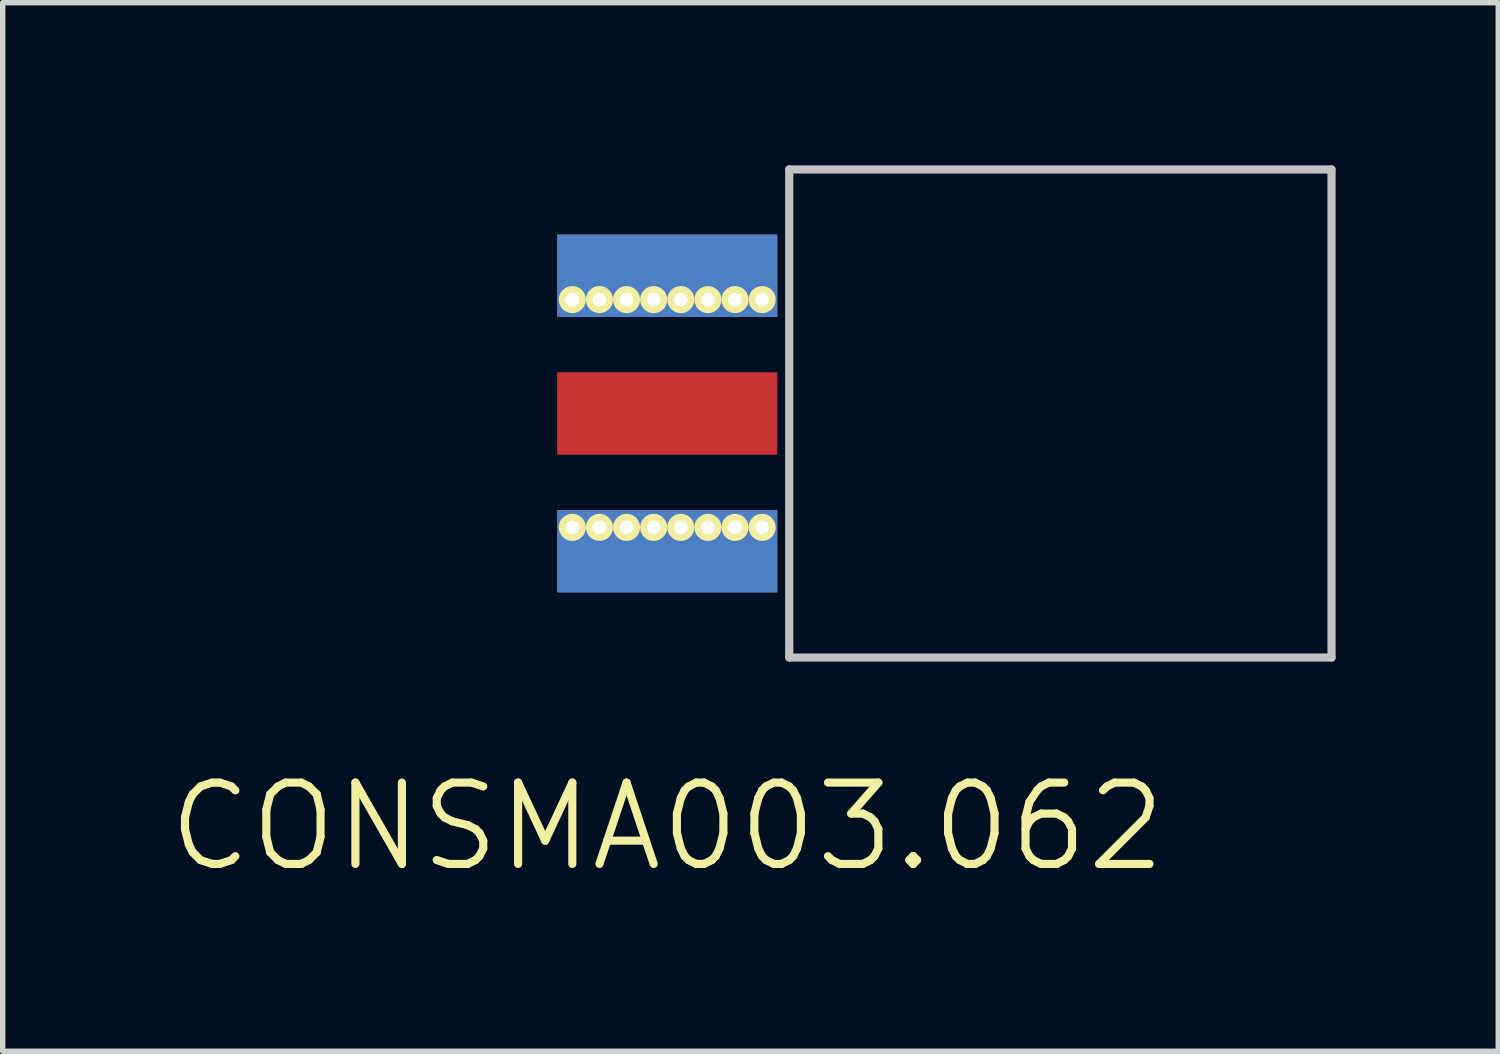
<source format=kicad_pcb>
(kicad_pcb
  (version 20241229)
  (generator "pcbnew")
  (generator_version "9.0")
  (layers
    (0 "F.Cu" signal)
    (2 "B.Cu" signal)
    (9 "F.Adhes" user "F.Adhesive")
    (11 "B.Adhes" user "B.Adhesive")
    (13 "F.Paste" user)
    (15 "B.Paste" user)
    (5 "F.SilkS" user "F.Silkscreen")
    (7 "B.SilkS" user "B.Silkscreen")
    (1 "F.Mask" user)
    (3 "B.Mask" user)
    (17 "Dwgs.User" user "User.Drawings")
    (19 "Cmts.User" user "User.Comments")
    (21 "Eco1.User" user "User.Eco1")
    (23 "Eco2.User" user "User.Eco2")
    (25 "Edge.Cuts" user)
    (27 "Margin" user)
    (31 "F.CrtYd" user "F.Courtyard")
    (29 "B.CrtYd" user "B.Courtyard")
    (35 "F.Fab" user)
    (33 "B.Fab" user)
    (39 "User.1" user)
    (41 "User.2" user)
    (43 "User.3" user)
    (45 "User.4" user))
  (footprint "CONSMA003.062"
    (layer "F.Cu")
    (at 9.254 4.575)
    (property "Reference" "CONSMA003.062" (at 0 7.62 0) (layer "F.SilkS") (effects (font (size 1.5 1.5) (thickness 0.15))))
    (attr through_hole)
    (fp_line (start 2.25 -4.5) (end 12.25 -4.5) (stroke (width 0.15) (type solid)) (layer "Dwgs.User"))
    (fp_line (start 2.25 4.5) (end 2.25 -4.5) (stroke (width 0.15) (type solid)) (layer "Dwgs.User"))
    (fp_line (start 12.25 -4.5) (end 12.25 4.5) (stroke (width 0.15) (type solid)) (layer "Dwgs.User"))
    (fp_line (start 12.25 4.5) (end 2.25 4.5) (stroke (width 0.15) (type solid)) (layer "Dwgs.User"))
    (pad "1" smd rect (at 0 0) (size 4.06 1.52) (layers "F.Cu" "F.Mask"))
    (pad "2" thru_hole circle (at -1.75 -2.1) (size 0.5 0.5) (drill 0.25) (layers "*.Cu" "*.Mask" "F.SilkS"))
    (pad "2" thru_hole circle (at -1.75 2.1) (size 0.5 0.5) (drill 0.25) (layers "*.Cu" "*.Mask" "F.SilkS"))
    (pad "2" thru_hole circle (at -1.25 -2.1) (size 0.5 0.5) (drill 0.25) (layers "*.Cu" "*.Mask" "F.SilkS"))
    (pad "2" thru_hole circle (at -1.25 2.1) (size 0.5 0.5) (drill 0.25) (layers "*.Cu" "*.Mask" "F.SilkS"))
    (pad "2" thru_hole circle (at -0.75 -2.1) (size 0.5 0.5) (drill 0.25) (layers "*.Cu" "*.Mask" "F.SilkS"))
    (pad "2" thru_hole circle (at -0.75 2.1) (size 0.5 0.5) (drill 0.25) (layers "*.Cu" "*.Mask" "F.SilkS"))
    (pad "2" thru_hole circle (at -0.25 -2.1) (size 0.5 0.5) (drill 0.25) (layers "*.Cu" "*.Mask" "F.SilkS"))
    (pad "2" thru_hole circle (at -0.25 2.1) (size 0.5 0.5) (drill 0.25) (layers "*.Cu" "*.Mask" "F.SilkS"))
    (pad "2" smd rect (at 0 -2.54) (size 4.06 1.52) (layers "F.Cu" "F.Mask"))
    (pad "2" smd rect (at 0 -2.54) (size 4.06 1.52) (layers "B.Cu" "B.Mask"))
    (pad "2" smd rect (at 0 2.54) (size 4.06 1.52) (layers "F.Cu" "F.Mask"))
    (pad "2" smd rect (at 0 2.54) (size 4.06 1.52) (layers "B.Cu" "B.Mask"))
    (pad "2" thru_hole circle (at 0.25 -2.1) (size 0.5 0.5) (drill 0.25) (layers "*.Cu" "*.Mask" "F.SilkS"))
    (pad "2" thru_hole circle (at 0.25 2.1) (size 0.5 0.5) (drill 0.25) (layers "*.Cu" "*.Mask" "F.SilkS"))
    (pad "2" thru_hole circle (at 0.75 -2.1) (size 0.5 0.5) (drill 0.25) (layers "*.Cu" "*.Mask" "F.SilkS"))
    (pad "2" thru_hole circle (at 0.75 2.1) (size 0.5 0.5) (drill 0.25) (layers "*.Cu" "*.Mask" "F.SilkS"))
    (pad "2" thru_hole circle (at 1.25 -2.1) (size 0.5 0.5) (drill 0.25) (layers "*.Cu" "*.Mask" "F.SilkS"))
    (pad "2" thru_hole circle (at 1.25 2.1) (size 0.5 0.5) (drill 0.25) (layers "*.Cu" "*.Mask" "F.SilkS"))
    (pad "2" thru_hole circle (at 1.75 -2.1) (size 0.5 0.5) (drill 0.25) (layers "*.Cu" "*.Mask" "F.SilkS"))
    (pad "2" thru_hole circle (at 1.75 2.1) (size 0.5 0.5) (drill 0.25) (layers "*.Cu" "*.Mask" "F.SilkS")))
  (gr_rect
    (start -3 -3)
    (end 24.579 16.336)
    (stroke (width 0.1) (type default))
    (fill no)
    (layer "Edge.Cuts")))
</source>
